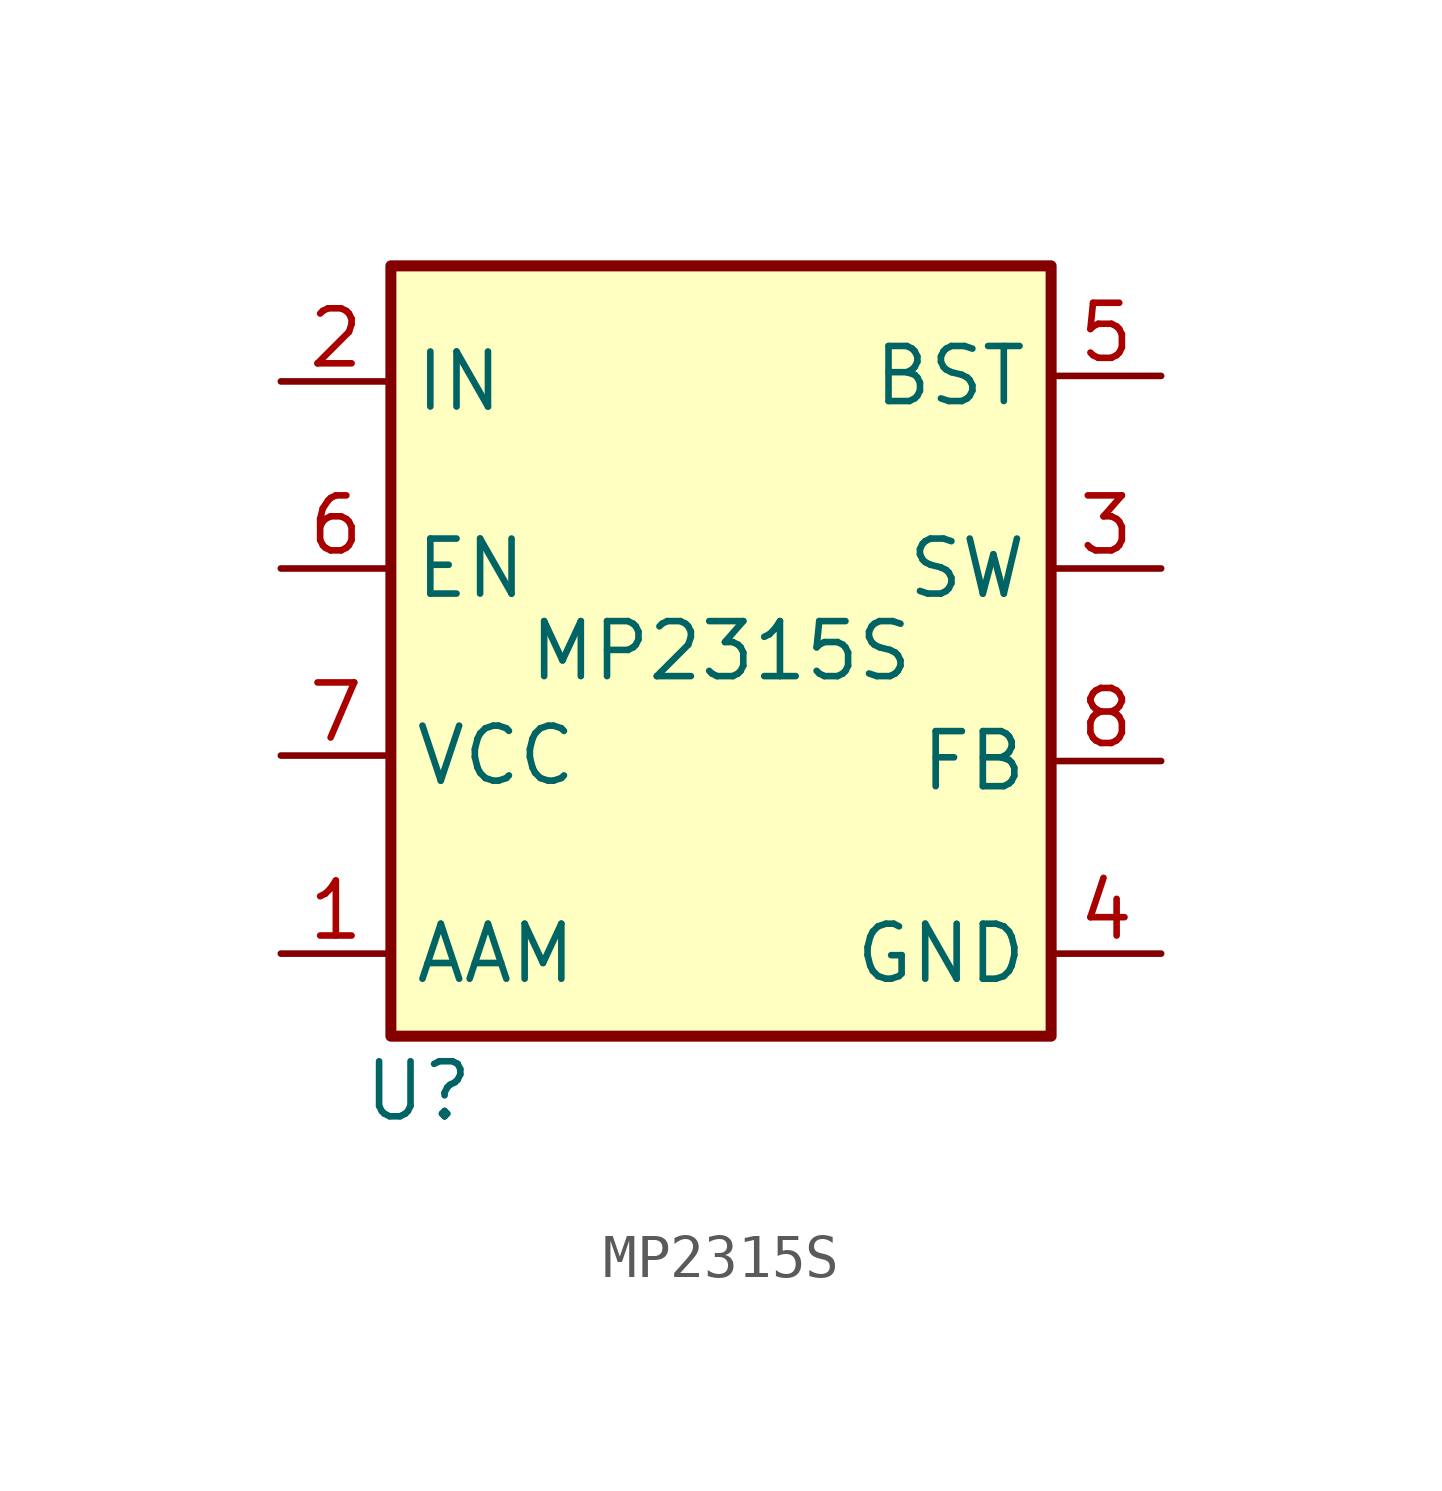
<source format=kicad_sym>
(kicad_symbol_lib
  (version 20220914)
  (generator kicad_symbol_editor)
  (symbol "MP2315S"
    (property "Reference" "U"
      (at -6.985 -10.16 0)
      (effects (font (size 1.27 1.27))))
    (property "Value" "MP2315S"
      (at 0 0 0)
      (effects (font (size 1.27 1.27))))
    (symbol "MP2315S_0_1"
      (rectangle (start -7.62 8.89) (end 7.62 -8.89) (stroke (width 0.254) (type default)) (fill (type background))))
    (symbol "MP2315S_1_1"
      (pin passive line (at -10.16 -6.985 0) (length 2.54) (name "AAM" (effects (font (size 1.27 1.27)))) (number "1" (effects (font (size 1.27 1.27)))))
      (pin power_in line (at -10.16 6.223 0) (length 2.54) (name "IN" (effects (font (size 1.27 1.27)))) (number "2" (effects (font (size 1.27 1.27)))))
      (pin output line (at 10.16 1.905 180) (length 2.54) (name "SW" (effects (font (size 1.27 1.27)))) (number "3" (effects (font (size 1.27 1.27)))))
      (pin power_in line (at 10.16 -6.985 180) (length 2.54) (name "GND" (effects (font (size 1.27 1.27)))) (number "4" (effects (font (size 1.27 1.27)))))
      (pin input line (at 10.16 6.35 180) (length 2.54) (name "BST" (effects (font (size 1.27 1.27)))) (number "5" (effects (font (size 1.27 1.27)))))
      (pin input line (at -10.16 1.905 0) (length 2.54) (name "EN" (effects (font (size 1.27 1.27)))) (number "6" (effects (font (size 1.27 1.27)))))
      (pin passive line (at -10.16 -2.413 0) (length 2.54) (name "VCC" (effects (font (size 1.27 1.27)))) (number "7" (effects (font (size 1.27 1.27)))))
      (pin input line (at 10.16 -2.54 180) (length 2.54) (name "FB" (effects (font (size 1.27 1.27)))) (number "8" (effects (font (size 1.27 1.27))))))))
</source>
